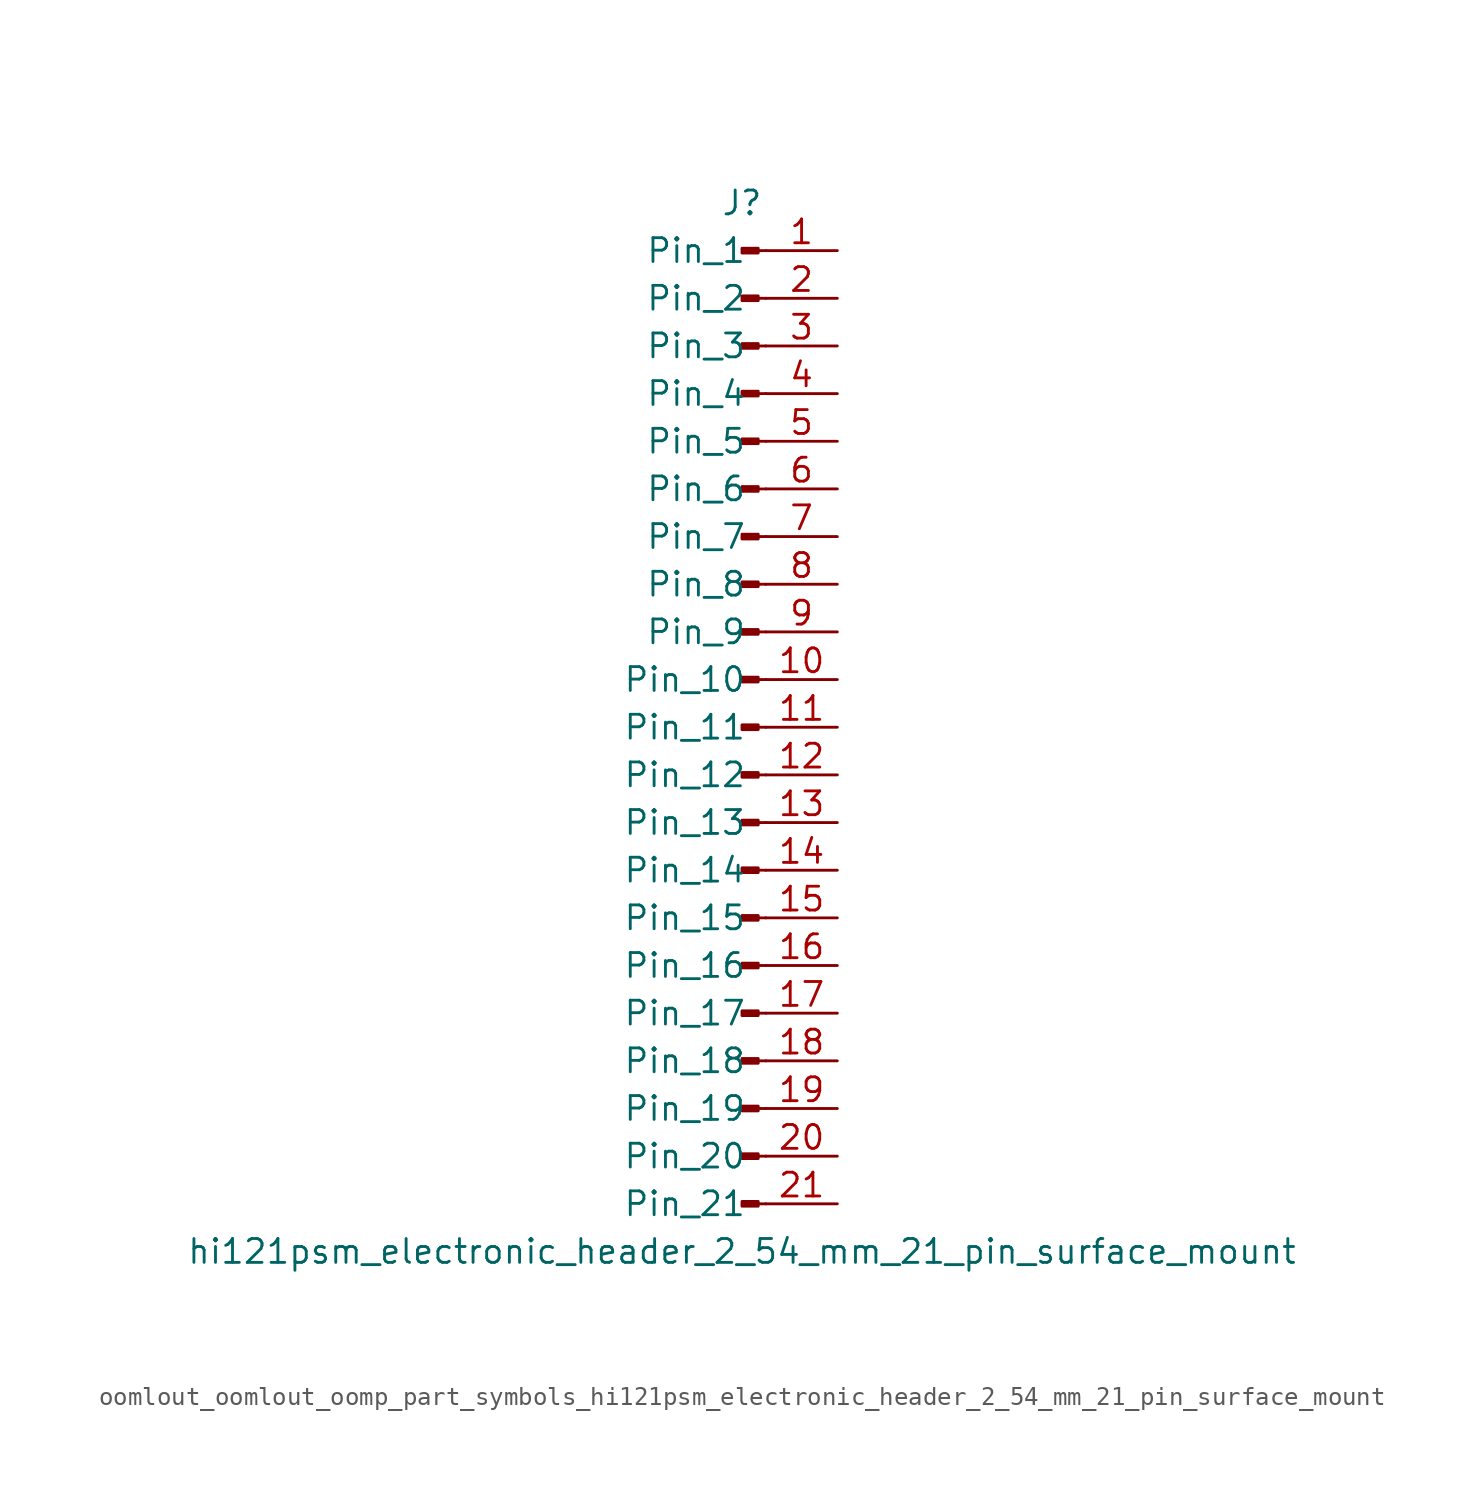
<source format=kicad_sym>
(kicad_symbol_lib
  (version 20220914)
  (generator kicad_symbol_editor)
  (symbol "oomlout_oomlout_oomp_part_symbols_hi121psm_electronic_header_2_54_mm_21_pin_surface_mount"
    (pin_names
      (offset 1.016))
    (property "Reference" "J"
      (at 0 27.94 0)
      (effects (font (size 1.27 1.27))))
    (property "Value" "hi121psm_electronic_header_2_54_mm_21_pin_surface_mount"
      (at 0 -27.94 0)
      (effects (font (size 1.27 1.27))))
    (property "ki_locked" ""
      (at 0 0 0)
      (effects (font (size 1.27 1.27))))
    (symbol "oomlout_oomlout_oomp_part_symbols_hi121psm_electronic_header_2_54_mm_21_pin_surface_mount_1_1"
      (polyline (pts (xy 1.27 -25.4) (xy 0.864 -25.4)) (stroke (width 0.152) (type default)) (fill (type none)))
      (polyline (pts (xy 1.27 -22.86) (xy 0.864 -22.86)) (stroke (width 0.152) (type default)) (fill (type none)))
      (polyline (pts (xy 1.27 -20.32) (xy 0.864 -20.32)) (stroke (width 0.152) (type default)) (fill (type none)))
      (polyline (pts (xy 1.27 -17.78) (xy 0.864 -17.78)) (stroke (width 0.152) (type default)) (fill (type none)))
      (polyline (pts (xy 1.27 -15.24) (xy 0.864 -15.24)) (stroke (width 0.152) (type default)) (fill (type none)))
      (polyline (pts (xy 1.27 -12.7) (xy 0.864 -12.7)) (stroke (width 0.152) (type default)) (fill (type none)))
      (polyline (pts (xy 1.27 -10.16) (xy 0.864 -10.16)) (stroke (width 0.152) (type default)) (fill (type none)))
      (polyline (pts (xy 1.27 -7.62) (xy 0.864 -7.62)) (stroke (width 0.152) (type default)) (fill (type none)))
      (polyline (pts (xy 1.27 -5.08) (xy 0.864 -5.08)) (stroke (width 0.152) (type default)) (fill (type none)))
      (polyline (pts (xy 1.27 -2.54) (xy 0.864 -2.54)) (stroke (width 0.152) (type default)) (fill (type none)))
      (polyline (pts (xy 1.27 0) (xy 0.864 0)) (stroke (width 0.152) (type default)) (fill (type none)))
      (polyline (pts (xy 1.27 2.54) (xy 0.864 2.54)) (stroke (width 0.152) (type default)) (fill (type none)))
      (polyline (pts (xy 1.27 5.08) (xy 0.864 5.08)) (stroke (width 0.152) (type default)) (fill (type none)))
      (polyline (pts (xy 1.27 7.62) (xy 0.864 7.62)) (stroke (width 0.152) (type default)) (fill (type none)))
      (polyline (pts (xy 1.27 10.16) (xy 0.864 10.16)) (stroke (width 0.152) (type default)) (fill (type none)))
      (polyline (pts (xy 1.27 12.7) (xy 0.864 12.7)) (stroke (width 0.152) (type default)) (fill (type none)))
      (polyline (pts (xy 1.27 15.24) (xy 0.864 15.24)) (stroke (width 0.152) (type default)) (fill (type none)))
      (polyline (pts (xy 1.27 17.78) (xy 0.864 17.78)) (stroke (width 0.152) (type default)) (fill (type none)))
      (polyline (pts (xy 1.27 20.32) (xy 0.864 20.32)) (stroke (width 0.152) (type default)) (fill (type none)))
      (polyline (pts (xy 1.27 22.86) (xy 0.864 22.86)) (stroke (width 0.152) (type default)) (fill (type none)))
      (polyline (pts (xy 1.27 25.4) (xy 0.864 25.4)) (stroke (width 0.152) (type default)) (fill (type none)))
      (rectangle (start 0.864 -25.273) (end 0 -25.527) (stroke (width 0.152) (type default)) (fill (type outline)))
      (rectangle (start 0.864 -22.733) (end 0 -22.987) (stroke (width 0.152) (type default)) (fill (type outline)))
      (rectangle (start 0.864 -20.193) (end 0 -20.447) (stroke (width 0.152) (type default)) (fill (type outline)))
      (rectangle (start 0.864 -17.653) (end 0 -17.907) (stroke (width 0.152) (type default)) (fill (type outline)))
      (rectangle (start 0.864 -15.113) (end 0 -15.367) (stroke (width 0.152) (type default)) (fill (type outline)))
      (rectangle (start 0.864 -12.573) (end 0 -12.827) (stroke (width 0.152) (type default)) (fill (type outline)))
      (rectangle (start 0.864 -10.033) (end 0 -10.287) (stroke (width 0.152) (type default)) (fill (type outline)))
      (rectangle (start 0.864 -7.493) (end 0 -7.747) (stroke (width 0.152) (type default)) (fill (type outline)))
      (rectangle (start 0.864 -4.953) (end 0 -5.207) (stroke (width 0.152) (type default)) (fill (type outline)))
      (rectangle (start 0.864 -2.413) (end 0 -2.667) (stroke (width 0.152) (type default)) (fill (type outline)))
      (rectangle (start 0.864 0.127) (end 0 -0.127) (stroke (width 0.152) (type default)) (fill (type outline)))
      (rectangle (start 0.864 2.667) (end 0 2.413) (stroke (width 0.152) (type default)) (fill (type outline)))
      (rectangle (start 0.864 5.207) (end 0 4.953) (stroke (width 0.152) (type default)) (fill (type outline)))
      (rectangle (start 0.864 7.747) (end 0 7.493) (stroke (width 0.152) (type default)) (fill (type outline)))
      (rectangle (start 0.864 10.287) (end 0 10.033) (stroke (width 0.152) (type default)) (fill (type outline)))
      (rectangle (start 0.864 12.827) (end 0 12.573) (stroke (width 0.152) (type default)) (fill (type outline)))
      (rectangle (start 0.864 15.367) (end 0 15.113) (stroke (width 0.152) (type default)) (fill (type outline)))
      (rectangle (start 0.864 17.907) (end 0 17.653) (stroke (width 0.152) (type default)) (fill (type outline)))
      (rectangle (start 0.864 20.447) (end 0 20.193) (stroke (width 0.152) (type default)) (fill (type outline)))
      (rectangle (start 0.864 22.987) (end 0 22.733) (stroke (width 0.152) (type default)) (fill (type outline)))
      (rectangle (start 0.864 25.527) (end 0 25.273) (stroke (width 0.152) (type default)) (fill (type outline)))
      (pin passive line (at 5.08 25.4 180) (length 3.81) (name "Pin_1" (effects (font (size 1.27 1.27)))) (number "1" (effects (font (size 1.27 1.27)))))
      (pin passive line (at 5.08 2.54 180) (length 3.81) (name "Pin_10" (effects (font (size 1.27 1.27)))) (number "10" (effects (font (size 1.27 1.27)))))
      (pin passive line (at 5.08 0 180) (length 3.81) (name "Pin_11" (effects (font (size 1.27 1.27)))) (number "11" (effects (font (size 1.27 1.27)))))
      (pin passive line (at 5.08 -2.54 180) (length 3.81) (name "Pin_12" (effects (font (size 1.27 1.27)))) (number "12" (effects (font (size 1.27 1.27)))))
      (pin passive line (at 5.08 -5.08 180) (length 3.81) (name "Pin_13" (effects (font (size 1.27 1.27)))) (number "13" (effects (font (size 1.27 1.27)))))
      (pin passive line (at 5.08 -7.62 180) (length 3.81) (name "Pin_14" (effects (font (size 1.27 1.27)))) (number "14" (effects (font (size 1.27 1.27)))))
      (pin passive line (at 5.08 -10.16 180) (length 3.81) (name "Pin_15" (effects (font (size 1.27 1.27)))) (number "15" (effects (font (size 1.27 1.27)))))
      (pin passive line (at 5.08 -12.7 180) (length 3.81) (name "Pin_16" (effects (font (size 1.27 1.27)))) (number "16" (effects (font (size 1.27 1.27)))))
      (pin passive line (at 5.08 -15.24 180) (length 3.81) (name "Pin_17" (effects (font (size 1.27 1.27)))) (number "17" (effects (font (size 1.27 1.27)))))
      (pin passive line (at 5.08 -17.78 180) (length 3.81) (name "Pin_18" (effects (font (size 1.27 1.27)))) (number "18" (effects (font (size 1.27 1.27)))))
      (pin passive line (at 5.08 -20.32 180) (length 3.81) (name "Pin_19" (effects (font (size 1.27 1.27)))) (number "19" (effects (font (size 1.27 1.27)))))
      (pin passive line (at 5.08 22.86 180) (length 3.81) (name "Pin_2" (effects (font (size 1.27 1.27)))) (number "2" (effects (font (size 1.27 1.27)))))
      (pin passive line (at 5.08 -22.86 180) (length 3.81) (name "Pin_20" (effects (font (size 1.27 1.27)))) (number "20" (effects (font (size 1.27 1.27)))))
      (pin passive line (at 5.08 -25.4 180) (length 3.81) (name "Pin_21" (effects (font (size 1.27 1.27)))) (number "21" (effects (font (size 1.27 1.27)))))
      (pin passive line (at 5.08 20.32 180) (length 3.81) (name "Pin_3" (effects (font (size 1.27 1.27)))) (number "3" (effects (font (size 1.27 1.27)))))
      (pin passive line (at 5.08 17.78 180) (length 3.81) (name "Pin_4" (effects (font (size 1.27 1.27)))) (number "4" (effects (font (size 1.27 1.27)))))
      (pin passive line (at 5.08 15.24 180) (length 3.81) (name "Pin_5" (effects (font (size 1.27 1.27)))) (number "5" (effects (font (size 1.27 1.27)))))
      (pin passive line (at 5.08 12.7 180) (length 3.81) (name "Pin_6" (effects (font (size 1.27 1.27)))) (number "6" (effects (font (size 1.27 1.27)))))
      (pin passive line (at 5.08 10.16 180) (length 3.81) (name "Pin_7" (effects (font (size 1.27 1.27)))) (number "7" (effects (font (size 1.27 1.27)))))
      (pin passive line (at 5.08 7.62 180) (length 3.81) (name "Pin_8" (effects (font (size 1.27 1.27)))) (number "8" (effects (font (size 1.27 1.27)))))
      (pin passive line (at 5.08 5.08 180) (length 3.81) (name "Pin_9" (effects (font (size 1.27 1.27)))) (number "9" (effects (font (size 1.27 1.27))))))))
</source>
